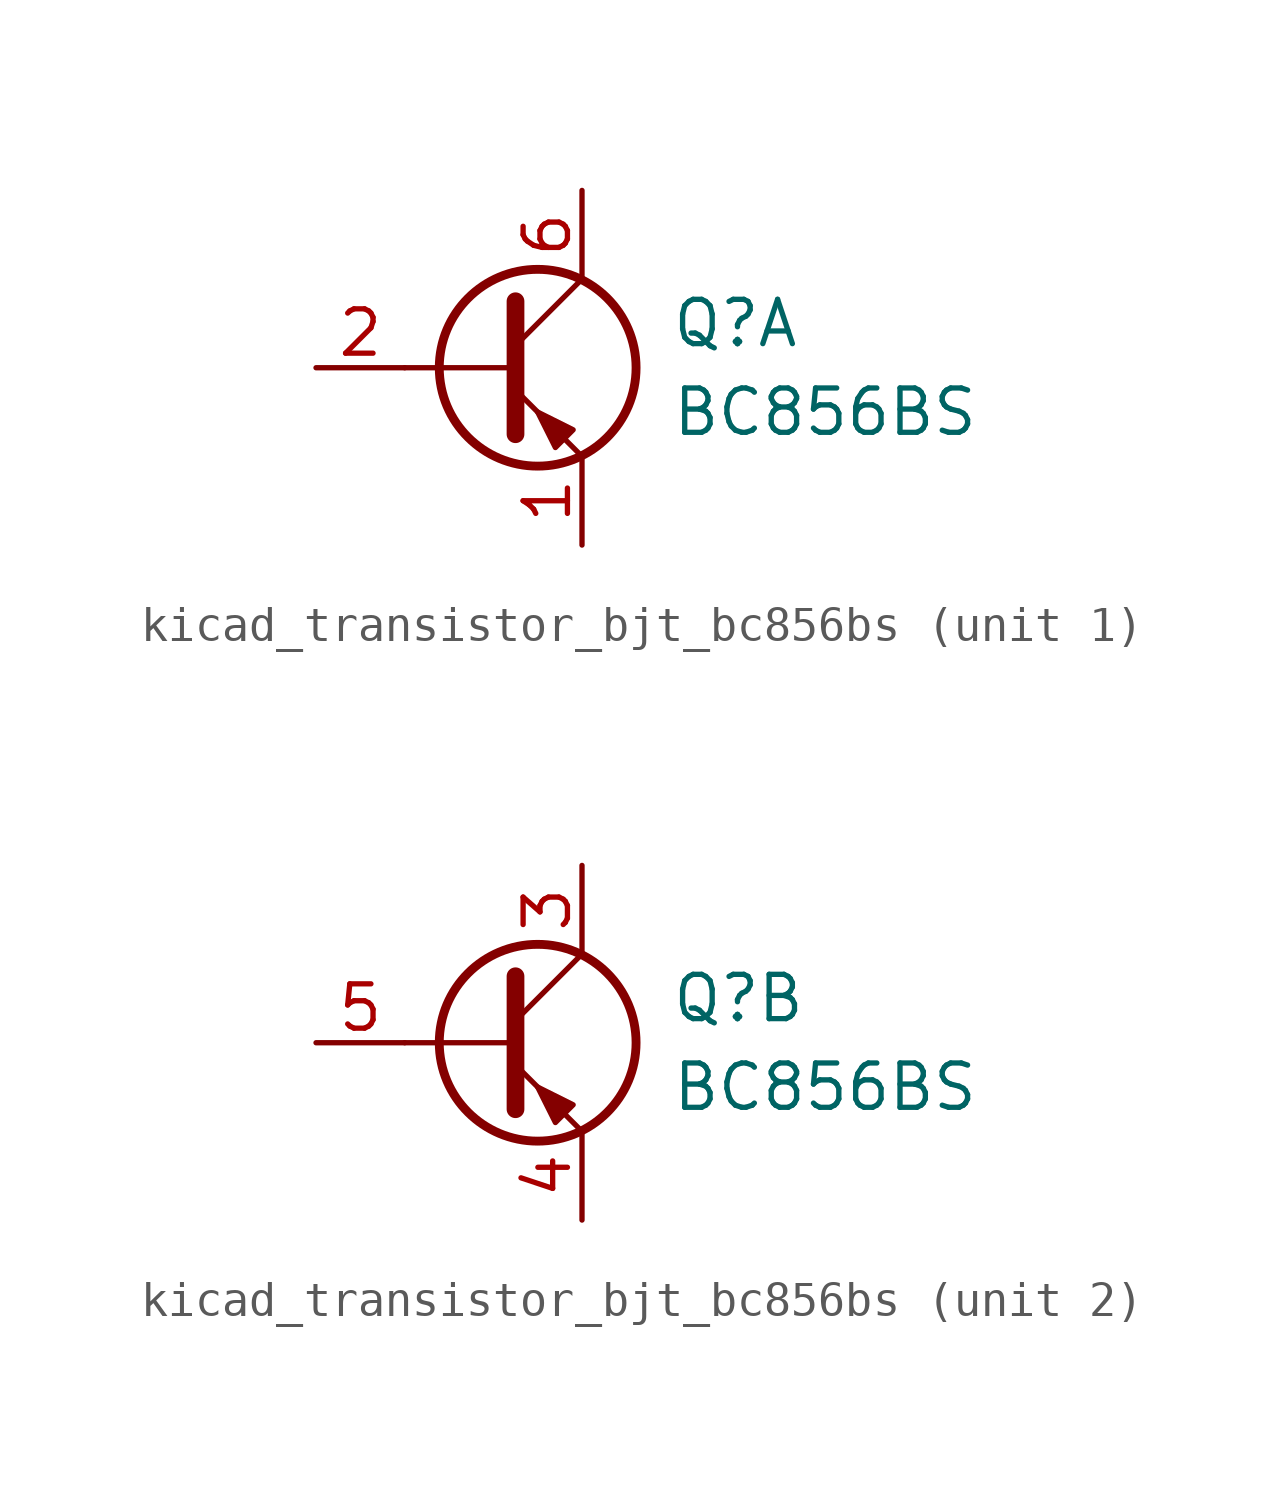
<source format=kicad_sym>
(kicad_symbol_lib
  (version 20220914)
  (generator kicad_symbol_editor)
  (symbol "kicad_transistor_bjt_bc856bs"
    (pin_names
      (offset 0) hide)
    (property "Reference" "Q"
      (at 5.08 1.27 0)
      (effects (font (size 1.27 1.27)) (justify left)))
    (property "Value" "BC856BS"
      (at 5.08 -1.27 0)
      (effects (font (size 1.27 1.27)) (justify left)))
    (property "ki_locked" ""
      (at 0 0 0)
      (effects (font (size 1.27 1.27))))
    (symbol "kicad_transistor_bjt_bc856bs_0_1"
      (polyline (pts (xy 0.635 0) (xy -2.54 0)) (stroke (width 0) (type default)) (fill (type none)))
      (polyline (pts (xy 0.635 0.635) (xy 2.54 2.54)) (stroke (width 0) (type default)) (fill (type none)))
      (polyline (pts (xy 0.635 -0.635) (xy 2.54 -2.54) (xy 2.54 -2.54)) (stroke (width 0) (type default)) (fill (type none)))
      (polyline (pts (xy 0.635 1.905) (xy 0.635 -1.905) (xy 0.635 -1.905)) (stroke (width 0.508) (type default)) (fill (type none)))
      (polyline (pts (xy 2.286 -1.778) (xy 1.778 -2.286) (xy 1.27 -1.27) (xy 2.286 -1.778) (xy 2.286 -1.778)) (stroke (width 0) (type default)) (fill (type outline)))
      (circle (center 1.27 0) (radius 2.819) (stroke (width 0.254) (type default)) (fill (type none))))
    (symbol "kicad_transistor_bjt_bc856bs_1_1"
      (pin passive line (at 2.54 -5.08 90) (length 2.54) (name "E1" (effects (font (size 1.27 1.27)))) (number "1" (effects (font (size 1.27 1.27)))))
      (pin input line (at -5.08 0 0) (length 2.54) (name "B1" (effects (font (size 1.27 1.27)))) (number "2" (effects (font (size 1.27 1.27)))))
      (pin passive line (at 2.54 5.08 270) (length 2.54) (name "C1" (effects (font (size 1.27 1.27)))) (number "6" (effects (font (size 1.27 1.27))))))
    (symbol "kicad_transistor_bjt_bc856bs_2_1"
      (pin passive line (at 2.54 5.08 270) (length 2.54) (name "C2" (effects (font (size 1.27 1.27)))) (number "3" (effects (font (size 1.27 1.27)))))
      (pin passive line (at 2.54 -5.08 90) (length 2.54) (name "E2" (effects (font (size 1.27 1.27)))) (number "4" (effects (font (size 1.27 1.27)))))
      (pin input line (at -5.08 0 0) (length 2.54) (name "B2" (effects (font (size 1.27 1.27)))) (number "5" (effects (font (size 1.27 1.27))))))))
</source>
